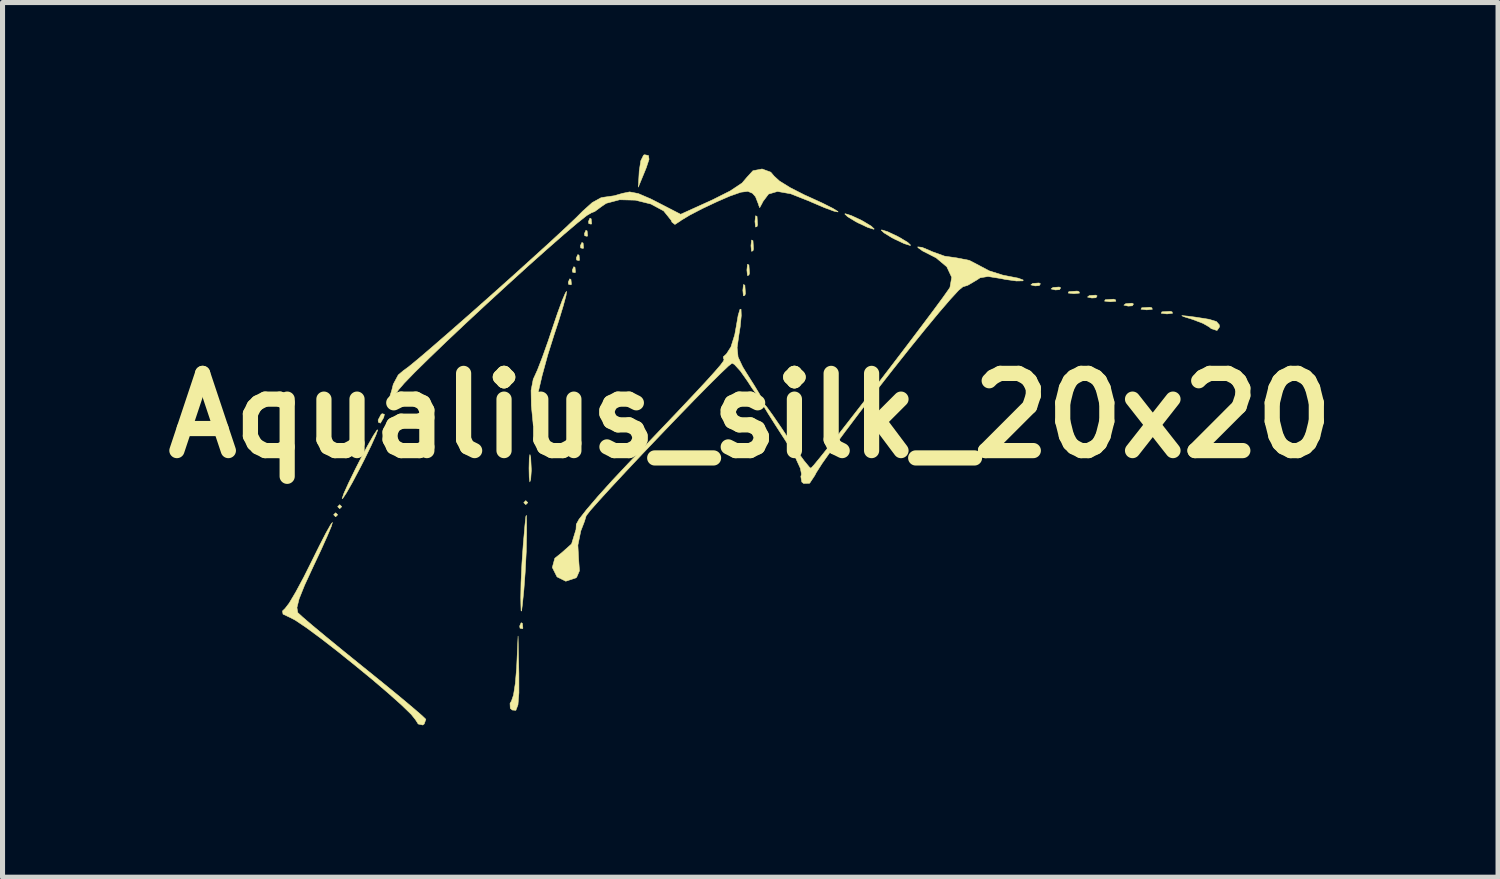
<source format=kicad_pcb>
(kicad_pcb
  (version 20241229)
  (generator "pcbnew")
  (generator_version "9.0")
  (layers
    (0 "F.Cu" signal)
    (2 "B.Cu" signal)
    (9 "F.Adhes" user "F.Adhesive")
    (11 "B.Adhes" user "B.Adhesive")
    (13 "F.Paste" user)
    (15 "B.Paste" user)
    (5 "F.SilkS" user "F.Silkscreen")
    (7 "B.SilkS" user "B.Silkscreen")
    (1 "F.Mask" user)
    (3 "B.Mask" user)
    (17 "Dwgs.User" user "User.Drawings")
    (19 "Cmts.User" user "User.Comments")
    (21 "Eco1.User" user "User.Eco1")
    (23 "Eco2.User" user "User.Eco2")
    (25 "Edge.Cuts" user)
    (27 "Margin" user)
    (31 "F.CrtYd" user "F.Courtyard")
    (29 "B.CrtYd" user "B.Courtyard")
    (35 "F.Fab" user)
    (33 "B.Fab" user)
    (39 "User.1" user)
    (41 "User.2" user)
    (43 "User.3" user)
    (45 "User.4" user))
  (footprint "Aqualius_silk_20x20"
    (layer "F.Cu")
    (at 11.764 5.157)
    (property "Reference" "Aqualius_silk_20x20" (at 0 0 0) (layer "F.SilkS") (effects (font (size 1.524 1.524) (thickness 0.3))))
    (attr through_hole)
    (fp_poly (pts (xy -8.147 1.957) (xy -8.187 1.997) (xy -8.227 1.957) (xy -8.187 1.917) (xy -8.147 1.957)) (stroke (width 0.01) (type solid)) (fill yes) (layer "F.SilkS"))
    (fp_poly (pts (xy -8.067 1.797) (xy -8.107 1.837) (xy -8.147 1.797) (xy -8.107 1.757) (xy -8.067 1.797)) (stroke (width 0.01) (type solid)) (fill yes) (layer "F.SilkS"))
    (fp_poly (pts (xy -4.393 1.717) (xy -4.433 1.757) (xy -4.473 1.717) (xy -4.433 1.677) (xy -4.393 1.717)) (stroke (width 0.01) (type solid)) (fill yes) (layer "F.SilkS"))
    (fp_poly (pts (xy -4.5 4.1) (xy -4.49 4.195) (xy -4.5 4.207) (xy -4.547 4.196) (xy -4.553 4.153) (xy -4.524 4.088) (xy -4.5 4.1)) (stroke (width 0.01) (type solid)) (fill yes) (layer "F.SilkS"))
    (fp_poly (pts (xy -3.541 -2.689) (xy -3.532 -2.594) (xy -3.541 -2.583) (xy -3.589 -2.594) (xy -3.594 -2.636) (xy -3.565 -2.702) (xy -3.541 -2.689)) (stroke (width 0.01) (type solid)) (fill yes) (layer "F.SilkS"))
    (fp_poly (pts (xy -3.461 -2.929) (xy -3.452 -2.834) (xy -3.461 -2.822) (xy -3.509 -2.833) (xy -3.514 -2.875) (xy -3.485 -2.941) (xy -3.461 -2.929)) (stroke (width 0.01) (type solid)) (fill yes) (layer "F.SilkS"))
    (fp_poly (pts (xy -3.381 -3.168) (xy -3.372 -3.074) (xy -3.381 -3.062) (xy -3.429 -3.073) (xy -3.435 -3.115) (xy -3.405 -3.181) (xy -3.381 -3.168)) (stroke (width 0.01) (type solid)) (fill yes) (layer "F.SilkS"))
    (fp_poly (pts (xy -3.301 -3.408) (xy -3.292 -3.313) (xy -3.301 -3.301) (xy -3.349 -3.312) (xy -3.355 -3.355) (xy -3.325 -3.42) (xy -3.301 -3.408)) (stroke (width 0.01) (type solid)) (fill yes) (layer "F.SilkS"))
    (fp_poly (pts (xy -3.222 -3.648) (xy -3.212 -3.553) (xy -3.222 -3.541) (xy -3.269 -3.552) (xy -3.275 -3.594) (xy -3.246 -3.66) (xy -3.222 -3.648)) (stroke (width 0.01) (type solid)) (fill yes) (layer "F.SilkS"))
    (fp_poly (pts (xy -3.142 -3.887) (xy -3.132 -3.792) (xy -3.142 -3.781) (xy -3.189 -3.792) (xy -3.195 -3.834) (xy -3.166 -3.9) (xy -3.142 -3.887)) (stroke (width 0.01) (type solid)) (fill yes) (layer "F.SilkS"))
    (fp_poly (pts (xy -0.107 -2.576) (xy -0.096 -2.412) (xy -0.107 -2.376) (xy -0.136 -2.366) (xy -0.147 -2.476) (xy -0.135 -2.589) (xy -0.107 -2.576)) (stroke (width 0.01) (type solid)) (fill yes) (layer "F.SilkS"))
    (fp_poly (pts (xy -0.027 -2.975) (xy -0.016 -2.812) (xy -0.027 -2.776) (xy -0.056 -2.766) (xy -0.067 -2.875) (xy -0.055 -2.989) (xy -0.027 -2.975)) (stroke (width 0.01) (type solid)) (fill yes) (layer "F.SilkS"))
    (fp_poly (pts (xy 0.053 -3.455) (xy 0.063 -3.291) (xy 0.053 -3.255) (xy 0.024 -3.245) (xy 0.013 -3.355) (xy 0.025 -3.468) (xy 0.053 -3.455)) (stroke (width 0.01) (type solid)) (fill yes) (layer "F.SilkS"))
    (fp_poly (pts (xy 0.133 -3.934) (xy 0.143 -3.77) (xy 0.133 -3.734) (xy 0.104 -3.724) (xy 0.092 -3.834) (xy 0.105 -3.947) (xy 0.133 -3.934)) (stroke (width 0.01) (type solid)) (fill yes) (layer "F.SilkS"))
    (fp_poly (pts (xy 5.729 -2.604) (xy 5.705 -2.568) (xy 5.624 -2.562) (xy 5.539 -2.582) (xy 5.576 -2.611) (xy 5.701 -2.62) (xy 5.729 -2.604)) (stroke (width 0.01) (type solid)) (fill yes) (layer "F.SilkS"))
    (fp_poly (pts (xy 6.129 -2.524) (xy 6.105 -2.488) (xy 6.024 -2.482) (xy 5.939 -2.502) (xy 5.976 -2.531) (xy 6.1 -2.54) (xy 6.129 -2.524)) (stroke (width 0.01) (type solid)) (fill yes) (layer "F.SilkS"))
    (fp_poly (pts (xy 6.49 -2.449) (xy 6.5 -2.42) (xy 6.39 -2.409) (xy 6.277 -2.421) (xy 6.29 -2.449) (xy 6.454 -2.46) (xy 6.49 -2.449)) (stroke (width 0.01) (type solid)) (fill yes) (layer "F.SilkS"))
    (fp_poly (pts (xy 6.848 -2.365) (xy 6.824 -2.328) (xy 6.743 -2.323) (xy 6.657 -2.342) (xy 6.694 -2.371) (xy 6.819 -2.38) (xy 6.848 -2.365)) (stroke (width 0.01) (type solid)) (fill yes) (layer "F.SilkS"))
    (fp_poly (pts (xy 7.209 -2.289) (xy 7.219 -2.26) (xy 7.109 -2.249) (xy 6.995 -2.262) (xy 7.009 -2.289) (xy 7.172 -2.3) (xy 7.209 -2.289)) (stroke (width 0.01) (type solid)) (fill yes) (layer "F.SilkS"))
    (fp_poly (pts (xy 7.566 -2.205) (xy 7.543 -2.169) (xy 7.462 -2.163) (xy 7.376 -2.182) (xy 7.413 -2.211) (xy 7.538 -2.221) (xy 7.566 -2.205)) (stroke (width 0.01) (type solid)) (fill yes) (layer "F.SilkS"))
    (fp_poly (pts (xy 7.928 -2.13) (xy 7.938 -2.1) (xy 7.828 -2.089) (xy 7.714 -2.102) (xy 7.728 -2.13) (xy 7.891 -2.14) (xy 7.928 -2.13)) (stroke (width 0.01) (type solid)) (fill yes) (layer "F.SilkS"))
    (fp_poly (pts (xy 8.327 -2.05) (xy 8.337 -2.021) (xy 8.227 -2.009) (xy 8.114 -2.022) (xy 8.127 -2.05) (xy 8.291 -2.06) (xy 8.327 -2.05)) (stroke (width 0.01) (type solid)) (fill yes) (layer "F.SilkS"))
    (fp_poly (pts (xy -7.224 -0.027) (xy -7.238 0.036) (xy -7.303 0.148) (xy -7.344 0.129) (xy -7.348 0.085) (xy -7.29 -0.024) (xy -7.269 -0.039) (xy -7.224 -0.027)) (stroke (width 0.01) (type solid)) (fill yes) (layer "F.SilkS"))
    (fp_poly (pts (xy -4.336 0.819) (xy -4.323 1.077) (xy -4.336 1.258) (xy -4.353 1.308) (xy -4.365 1.217) (xy -4.369 1.038) (xy -4.364 0.841) (xy -4.351 0.767) (xy -4.336 0.819)) (stroke (width 0.01) (type solid)) (fill yes) (layer "F.SilkS"))
    (fp_poly (pts (xy -2.01 -5.136) (xy -1.999 -5.062) (xy -2.054 -4.895) (xy -2.096 -4.792) (xy -2.211 -4.513) (xy -2.193 -4.832) (xy -2.162 -5.033) (xy -2.107 -5.144) (xy -2.086 -5.152) (xy -2.01 -5.136)) (stroke (width 0.01) (type solid)) (fill yes) (layer "F.SilkS"))
    (fp_poly (pts (xy 1.993 -3.951) (xy 2.183 -3.863) (xy 2.236 -3.834) (xy 2.391 -3.74) (xy 2.447 -3.686) (xy 2.436 -3.681) (xy 2.32 -3.717) (xy 2.131 -3.805) (xy 2.077 -3.834) (xy 1.922 -3.928) (xy 1.866 -3.982) (xy 1.877 -3.987) (xy 1.993 -3.951)) (stroke (width 0.01) (type solid)) (fill yes) (layer "F.SilkS"))
    (fp_poly (pts (xy 2.712 -3.632) (xy 2.901 -3.543) (xy 2.955 -3.514) (xy 3.11 -3.42) (xy 3.166 -3.366) (xy 3.155 -3.361) (xy 3.039 -3.397) (xy 2.85 -3.486) (xy 2.796 -3.514) (xy 2.641 -3.609) (xy 2.585 -3.663) (xy 2.596 -3.668) (xy 2.712 -3.632)) (stroke (width 0.01) (type solid)) (fill yes) (layer "F.SilkS"))
    (fp_poly (pts (xy -4.569 5.092) (xy -4.568 5.473) (xy -4.587 5.71) (xy -4.629 5.818) (xy -4.7 5.812) (xy -4.739 5.778) (xy -4.744 5.681) (xy -4.716 5.635) (xy -4.675 5.515) (xy -4.639 5.283) (xy -4.614 4.986) (xy -4.612 4.949) (xy -4.585 4.353) (xy -4.569 5.092)) (stroke (width 0.01) (type solid)) (fill yes) (layer "F.SilkS"))
    (fp_poly (pts (xy 8.637 -1.965) (xy 8.786 -1.946) (xy 9.057 -1.903) (xy 9.204 -1.858) (xy 9.26 -1.794) (xy 9.265 -1.753) (xy 9.215 -1.681) (xy 9.101 -1.718) (xy 9.062 -1.751) (xy 8.939 -1.822) (xy 8.737 -1.899) (xy 8.706 -1.909) (xy 8.546 -1.959) (xy 8.52 -1.976) (xy 8.637 -1.965)) (stroke (width 0.01) (type solid)) (fill yes) (layer "F.SilkS"))
    (fp_poly (pts (xy -7.391 0.381) (xy -7.485 0.589) (xy -7.62 0.866) (xy -7.708 1.038) (xy -7.857 1.319) (xy -7.975 1.526) (xy -8.046 1.633) (xy -8.059 1.637) (xy -8.025 1.536) (xy -7.931 1.328) (xy -7.796 1.051) (xy -7.708 0.879) (xy -7.559 0.598) (xy -7.441 0.391) (xy -7.37 0.284) (xy -7.356 0.28) (xy -7.391 0.381)) (stroke (width 0.01) (type solid)) (fill yes) (layer "F.SilkS"))
    (fp_poly (pts (xy -4.417 2.083) (xy -4.416 2.316) (xy -4.423 2.678) (xy -4.445 3.098) (xy -4.47 3.435) (xy -4.499 3.722) (xy -4.516 3.858) (xy -4.526 3.85) (xy -4.53 3.707) (xy -4.532 3.594) (xy -4.527 3.297) (xy -4.509 2.916) (xy -4.482 2.528) (xy -4.477 2.476) (xy -4.449 2.157) (xy -4.431 1.99) (xy -4.422 1.967) (xy -4.417 2.083)) (stroke (width 0.01) (type solid)) (fill yes) (layer "F.SilkS"))
    (fp_poly (pts (xy -3.638 -2.372) (xy -3.693 -2.169) (xy -3.781 -1.88) (xy -3.875 -1.594) (xy -4.001 -1.193) (xy -4.111 -0.79) (xy -4.192 -0.442) (xy -4.219 -0.282) (xy -4.284 0.2) (xy -4.323 -0.2) (xy -4.328 -0.5) (xy -4.285 -0.723) (xy -4.267 -0.759) (xy -4.203 -0.901) (xy -4.105 -1.154) (xy -3.99 -1.477) (xy -3.915 -1.702) (xy -3.806 -2.023) (xy -3.714 -2.274) (xy -3.649 -2.425) (xy -3.627 -2.455) (xy -3.638 -2.372)) (stroke (width 0.01) (type solid)) (fill yes) (layer "F.SilkS"))
    (fp_poly (pts (xy -8.272 2.185) (xy -8.352 2.376) (xy -8.476 2.652) (xy -8.621 2.96) (xy -8.8 3.347) (xy -8.908 3.616) (xy -8.951 3.789) (xy -8.936 3.885) (xy -8.93 3.893) (xy -8.842 3.974) (xy -8.651 4.138) (xy -8.376 4.366) (xy -8.039 4.642) (xy -7.661 4.948) (xy -7.636 4.968) (xy -7.261 5.271) (xy -6.931 5.541) (xy -6.666 5.763) (xy -6.485 5.919) (xy -6.407 5.994) (xy -6.406 5.996) (xy -6.438 6.086) (xy -6.466 6.108) (xy -6.557 6.088) (xy -6.61 6.004) (xy -6.693 5.9) (xy -6.878 5.72) (xy -7.142 5.484) (xy -7.459 5.213) (xy -7.806 4.928) (xy -8.156 4.647) (xy -8.485 4.392) (xy -8.769 4.183) (xy -8.983 4.039) (xy -9.08 3.988) (xy -9.226 3.919) (xy -9.237 3.857) (xy -9.186 3.808) (xy -9.104 3.701) (xy -8.974 3.482) (xy -8.815 3.186) (xy -8.671 2.898) (xy -8.512 2.577) (xy -8.38 2.32) (xy -8.287 2.155) (xy -8.25 2.107) (xy -8.272 2.185)) (stroke (width 0.01) (type solid)) (fill yes) (layer "F.SilkS"))
    (fp_poly (pts (xy -0.178 -1.975) (xy -0.2 -1.751) (xy -0.224 -1.602) (xy -0.26 -1.343) (xy -0.241 -1.157) (xy -0.151 -0.965) (xy -0.085 -0.857) (xy 0.083 -0.59) (xy 0.18 -0.43) (xy 0.223 -0.35) (xy 0.225 -0.322) (xy 0.212 -0.319) (xy 0.152 -0.381) (xy 0.038 -0.539) (xy -0.053 -0.679) (xy -0.194 -0.88) (xy -0.312 -1.01) (xy -0.359 -1.037) (xy -0.431 -0.981) (xy -0.593 -0.827) (xy -0.828 -0.594) (xy -1.117 -0.3) (xy -1.443 0.036) (xy -1.787 0.395) (xy -2.133 0.758) (xy -2.46 1.106) (xy -2.753 1.421) (xy -2.992 1.683) (xy -3.16 1.873) (xy -3.238 1.974) (xy -3.242 1.982) (xy -3.274 2.088) (xy -3.343 2.267) (xy -3.346 2.273) (xy -3.404 2.557) (xy -3.39 2.822) (xy -3.373 3.063) (xy -3.428 3.19) (xy -3.446 3.204) (xy -3.643 3.269) (xy -3.812 3.185) (xy -3.818 3.179) (xy -3.909 2.997) (xy -3.86 2.816) (xy -3.721 2.704) (xy -3.529 2.533) (xy -3.441 2.246) (xy -3.436 2.145) (xy -3.382 2.047) (xy -3.234 1.857) (xy -3.009 1.594) (xy -2.725 1.279) (xy -2.413 0.947) (xy -1.886 0.395) (xy -1.46 -0.052) (xy -1.127 -0.405) (xy -0.877 -0.673) (xy -0.7 -0.869) (xy -0.587 -1) (xy -0.529 -1.079) (xy -0.517 -1.115) (xy -0.527 -1.121) (xy -0.534 -1.161) (xy -0.469 -1.222) (xy -0.382 -1.358) (xy -0.307 -1.598) (xy -0.278 -1.759) (xy -0.24 -1.979) (xy -0.204 -2.099) (xy -0.183 -2.103) (xy -0.178 -1.975)) (stroke (width 0.01) (type solid)) (fill yes) (layer "F.SilkS"))
    (fp_poly (pts (xy 3.392 -3.323) (xy 3.557 -3.254) (xy 3.583 -3.241) (xy 3.835 -3.15) (xy 4.077 -3.115) (xy 4.325 -3.066) (xy 4.519 -2.965) (xy 4.716 -2.86) (xy 4.985 -2.775) (xy 5.091 -2.754) (xy 5.291 -2.715) (xy 5.389 -2.678) (xy 5.383 -2.662) (xy 5.256 -2.659) (xy 5.04 -2.689) (xy 4.945 -2.708) (xy 4.694 -2.748) (xy 4.537 -2.722) (xy 4.474 -2.68) (xy 4.292 -2.573) (xy 4.197 -2.544) (xy 4.114 -2.476) (xy 3.952 -2.3) (xy 3.724 -2.035) (xy 3.447 -1.7) (xy 3.136 -1.316) (xy 2.807 -0.901) (xy 2.474 -0.475) (xy 2.154 -0.059) (xy 1.861 0.33) (xy 1.611 0.67) (xy 1.419 0.942) (xy 1.3 1.128) (xy 1.275 1.178) (xy 1.171 1.335) (xy 1.053 1.339) (xy 1.017 1.31) (xy 0.998 1.203) (xy 1.011 1.155) (xy 0.989 1.041) (xy 0.895 0.836) (xy 0.748 0.577) (xy 0.702 0.504) (xy 0.493 0.18) (xy 0.358 -0.033) (xy 0.282 -0.158) (xy 0.253 -0.219) (xy 0.255 -0.238) (xy 0.265 -0.24) (xy 0.321 -0.177) (xy 0.442 -0.01) (xy 0.609 0.234) (xy 0.719 0.399) (xy 0.905 0.674) (xy 1.062 0.89) (xy 1.167 1.017) (xy 1.196 1.038) (xy 1.253 0.978) (xy 1.392 0.809) (xy 1.596 0.553) (xy 1.852 0.227) (xy 2.143 -0.147) (xy 2.455 -0.551) (xy 2.772 -0.964) (xy 3.08 -1.368) (xy 3.363 -1.742) (xy 3.607 -2.067) (xy 3.796 -2.323) (xy 3.915 -2.491) (xy 3.942 -2.532) (xy 3.977 -2.732) (xy 3.88 -2.939) (xy 3.669 -3.116) (xy 3.587 -3.158) (xy 3.404 -3.251) (xy 3.31 -3.318) (xy 3.307 -3.333) (xy 3.392 -3.323)) (stroke (width 0.01) (type solid)) (fill yes) (layer "F.SilkS"))
    (fp_poly (pts (xy 0.404 -4.808) (xy 0.47 -4.73) (xy 0.576 -4.633) (xy 0.789 -4.501) (xy 1.07 -4.358) (xy 1.155 -4.32) (xy 1.428 -4.195) (xy 1.63 -4.093) (xy 1.729 -4.032) (xy 1.733 -4.022) (xy 1.651 -4.038) (xy 1.463 -4.108) (xy 1.207 -4.217) (xy 1.165 -4.236) (xy 0.798 -4.381) (xy 0.537 -4.427) (xy 0.36 -4.375) (xy 0.247 -4.224) (xy 0.24 -4.206) (xy 0.186 -4.106) (xy 0.165 -4.157) (xy 0.165 -4.164) (xy 0.103 -4.323) (xy 0.043 -4.391) (xy -0.047 -4.429) (xy -0.186 -4.412) (xy -0.408 -4.334) (xy -0.656 -4.226) (xy -0.951 -4.087) (xy -1.202 -3.956) (xy -1.361 -3.86) (xy -1.376 -3.848) (xy -1.488 -3.775) (xy -1.546 -3.82) (xy -1.563 -3.859) (xy -1.711 -4.043) (xy -1.963 -4.179) (xy -2.27 -4.255) (xy -2.58 -4.263) (xy -2.844 -4.193) (xy -2.937 -4.13) (xy -3.071 -4.031) (xy -3.14 -4.004) (xy -3.228 -3.952) (xy -3.415 -3.804) (xy -3.681 -3.578) (xy -4.011 -3.289) (xy -4.387 -2.954) (xy -4.79 -2.588) (xy -5.205 -2.207) (xy -5.613 -1.828) (xy -5.997 -1.466) (xy -6.339 -1.137) (xy -6.623 -0.858) (xy -6.831 -0.643) (xy -6.945 -0.511) (xy -6.948 -0.506) (xy -7.074 -0.33) (xy -7.146 -0.251) (xy -7.149 -0.28) (xy -7.081 -0.494) (xy -7.049 -0.621) (xy -6.951 -0.804) (xy -6.851 -0.889) (xy -6.745 -0.966) (xy -6.541 -1.134) (xy -6.258 -1.376) (xy -5.914 -1.675) (xy -5.53 -2.012) (xy -5.123 -2.373) (xy -4.714 -2.738) (xy -4.322 -3.092) (xy -3.965 -3.416) (xy -3.664 -3.695) (xy -3.437 -3.91) (xy -3.306 -4.041) (xy -3.121 -4.207) (xy -2.947 -4.303) (xy -2.892 -4.313) (xy -2.687 -4.342) (xy -2.525 -4.389) (xy -2.382 -4.418) (xy -2.211 -4.385) (xy -1.966 -4.28) (xy -1.85 -4.221) (xy -1.375 -3.976) (xy -0.751 -4.259) (xy -0.397 -4.437) (xy -0.162 -4.594) (xy -0.066 -4.707) (xy 0.052 -4.836) (xy 0.232 -4.871) (xy 0.404 -4.808)) (stroke (width 0.01) (type solid)) (fill yes) (layer "F.SilkS")))
  (gr_rect
    (start -3 -3)
    (end 26.528 14.27)
    (stroke (width 0.1) (type default))
    (fill no)
    (layer "Edge.Cuts")))
</source>
